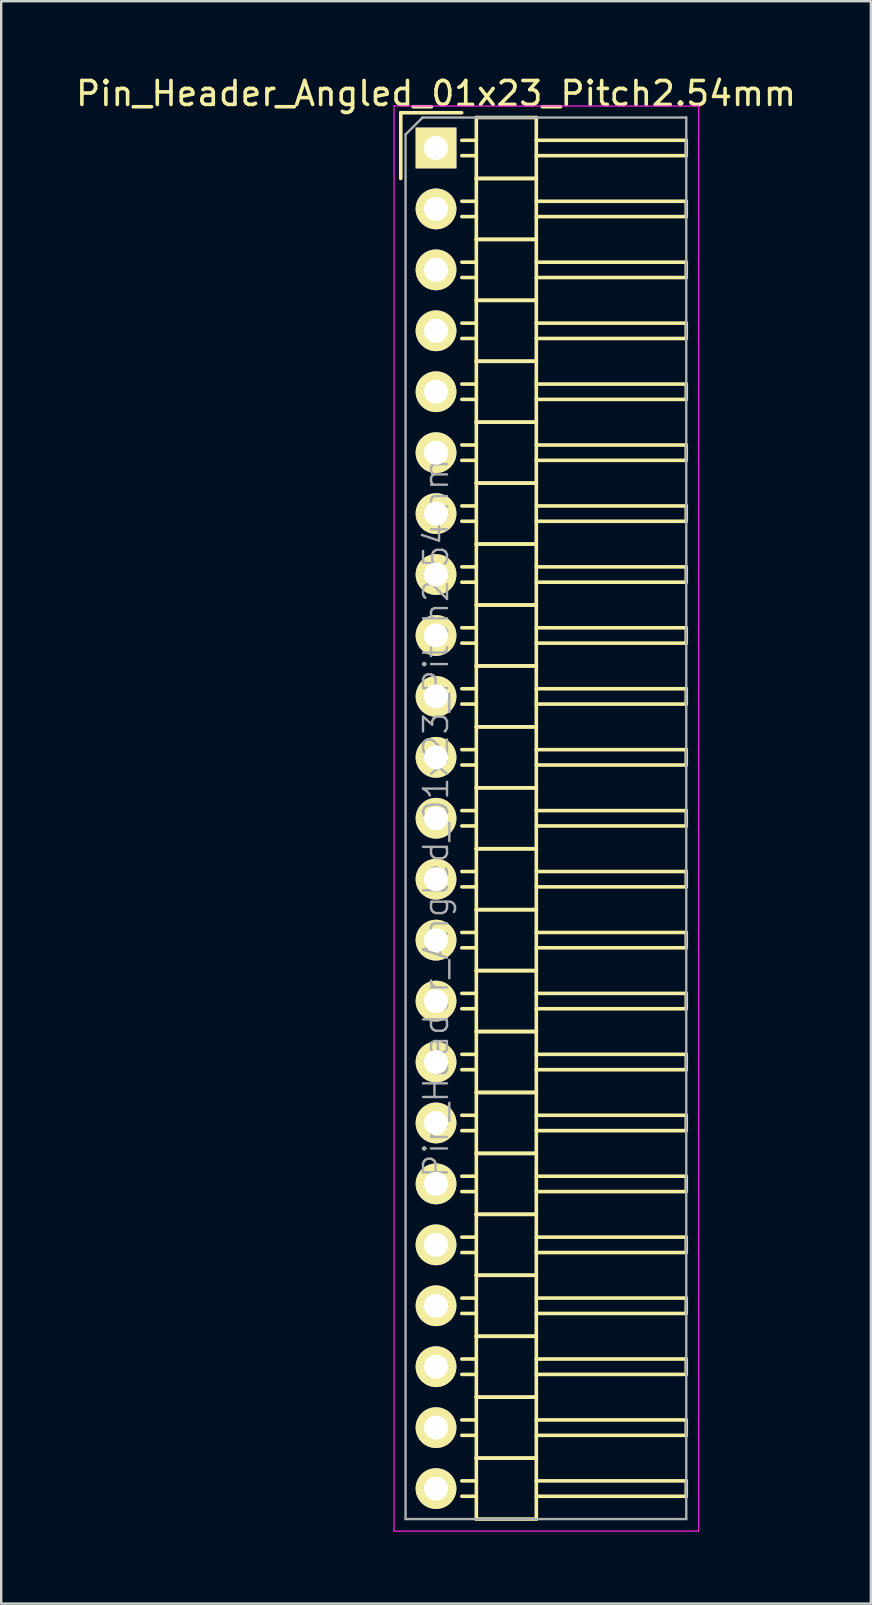
<source format=kicad_pcb>
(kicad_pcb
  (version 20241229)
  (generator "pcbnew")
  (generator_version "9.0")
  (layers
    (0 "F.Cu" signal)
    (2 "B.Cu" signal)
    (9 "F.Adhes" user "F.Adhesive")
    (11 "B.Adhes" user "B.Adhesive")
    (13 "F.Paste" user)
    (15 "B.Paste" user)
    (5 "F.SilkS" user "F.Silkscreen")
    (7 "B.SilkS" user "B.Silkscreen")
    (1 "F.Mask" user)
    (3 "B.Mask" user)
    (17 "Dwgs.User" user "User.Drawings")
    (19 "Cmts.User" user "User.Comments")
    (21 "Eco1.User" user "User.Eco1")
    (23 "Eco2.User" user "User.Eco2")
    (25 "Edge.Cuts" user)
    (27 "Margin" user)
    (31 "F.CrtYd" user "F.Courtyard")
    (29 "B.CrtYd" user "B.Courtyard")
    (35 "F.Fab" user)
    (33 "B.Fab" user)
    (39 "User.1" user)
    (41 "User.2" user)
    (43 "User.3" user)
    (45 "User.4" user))
  (footprint "Pin_Header_Angled_01x23_Pitch2.54mm"
    (layer "F.Cu")
    (at 15.125 3.118)
    (property "Reference" "Pin_Header_Angled_01x23_Pitch2.54mm" (at 0 -2.27 0) (layer "F.SilkS") (effects (font (size 1 1) (thickness 0.15))))
    (attr smd)
    (fp_line (start -1.47 -1.47) (end -1.47 1.27) (stroke (width 0.15) (type solid)) (layer "F.SilkS"))
    (fp_line (start -1.47 -1.47) (end 1.07 -1.47) (stroke (width 0.15) (type solid)) (layer "F.SilkS"))
    (fp_line (start 1.68 -0.32) (end 1.075 -0.32) (stroke (width 0.15) (type solid)) (layer "F.SilkS"))
    (fp_line (start 1.68 0.32) (end 1.075 0.32) (stroke (width 0.15) (type solid)) (layer "F.SilkS"))
    (fp_line (start 1.68 1.27) (end 1.68 -1.27) (stroke (width 0.15) (type solid)) (layer "F.SilkS"))
    (fp_line (start 1.68 2.22) (end 1.075 2.22) (stroke (width 0.15) (type solid)) (layer "F.SilkS"))
    (fp_line (start 1.68 2.86) (end 1.075 2.86) (stroke (width 0.15) (type solid)) (layer "F.SilkS"))
    (fp_line (start 1.68 3.81) (end 1.68 1.27) (stroke (width 0.15) (type solid)) (layer "F.SilkS"))
    (fp_line (start 1.68 4.76) (end 1.075 4.76) (stroke (width 0.15) (type solid)) (layer "F.SilkS"))
    (fp_line (start 1.68 5.4) (end 1.075 5.4) (stroke (width 0.15) (type solid)) (layer "F.SilkS"))
    (fp_line (start 1.68 6.35) (end 1.68 3.81) (stroke (width 0.15) (type solid)) (layer "F.SilkS"))
    (fp_line (start 1.68 7.3) (end 1.075 7.3) (stroke (width 0.15) (type solid)) (layer "F.SilkS"))
    (fp_line (start 1.68 7.94) (end 1.075 7.94) (stroke (width 0.15) (type solid)) (layer "F.SilkS"))
    (fp_line (start 1.68 8.89) (end 1.68 6.35) (stroke (width 0.15) (type solid)) (layer "F.SilkS"))
    (fp_line (start 1.68 9.84) (end 1.075 9.84) (stroke (width 0.15) (type solid)) (layer "F.SilkS"))
    (fp_line (start 1.68 10.48) (end 1.075 10.48) (stroke (width 0.15) (type solid)) (layer "F.SilkS"))
    (fp_line (start 1.68 11.43) (end 1.68 8.89) (stroke (width 0.15) (type solid)) (layer "F.SilkS"))
    (fp_line (start 1.68 12.38) (end 1.075 12.38) (stroke (width 0.15) (type solid)) (layer "F.SilkS"))
    (fp_line (start 1.68 13.02) (end 1.075 13.02) (stroke (width 0.15) (type solid)) (layer "F.SilkS"))
    (fp_line (start 1.68 13.97) (end 1.68 11.43) (stroke (width 0.15) (type solid)) (layer "F.SilkS"))
    (fp_line (start 1.68 14.92) (end 1.075 14.92) (stroke (width 0.15) (type solid)) (layer "F.SilkS"))
    (fp_line (start 1.68 15.56) (end 1.075 15.56) (stroke (width 0.15) (type solid)) (layer "F.SilkS"))
    (fp_line (start 1.68 16.51) (end 1.68 13.97) (stroke (width 0.15) (type solid)) (layer "F.SilkS"))
    (fp_line (start 1.68 17.46) (end 1.075 17.46) (stroke (width 0.15) (type solid)) (layer "F.SilkS"))
    (fp_line (start 1.68 18.1) (end 1.075 18.1) (stroke (width 0.15) (type solid)) (layer "F.SilkS"))
    (fp_line (start 1.68 19.05) (end 1.68 16.51) (stroke (width 0.15) (type solid)) (layer "F.SilkS"))
    (fp_line (start 1.68 20) (end 1.075 20) (stroke (width 0.15) (type solid)) (layer "F.SilkS"))
    (fp_line (start 1.68 20.64) (end 1.075 20.64) (stroke (width 0.15) (type solid)) (layer "F.SilkS"))
    (fp_line (start 1.68 21.59) (end 1.68 19.05) (stroke (width 0.15) (type solid)) (layer "F.SilkS"))
    (fp_line (start 1.68 22.54) (end 1.075 22.54) (stroke (width 0.15) (type solid)) (layer "F.SilkS"))
    (fp_line (start 1.68 23.18) (end 1.075 23.18) (stroke (width 0.15) (type solid)) (layer "F.SilkS"))
    (fp_line (start 1.68 24.13) (end 1.68 21.59) (stroke (width 0.15) (type solid)) (layer "F.SilkS"))
    (fp_line (start 1.68 25.08) (end 1.075 25.08) (stroke (width 0.15) (type solid)) (layer "F.SilkS"))
    (fp_line (start 1.68 25.72) (end 1.075 25.72) (stroke (width 0.15) (type solid)) (layer "F.SilkS"))
    (fp_line (start 1.68 26.67) (end 1.68 24.13) (stroke (width 0.15) (type solid)) (layer "F.SilkS"))
    (fp_line (start 1.68 27.62) (end 1.075 27.62) (stroke (width 0.15) (type solid)) (layer "F.SilkS"))
    (fp_line (start 1.68 28.26) (end 1.075 28.26) (stroke (width 0.15) (type solid)) (layer "F.SilkS"))
    (fp_line (start 1.68 29.21) (end 1.68 26.67) (stroke (width 0.15) (type solid)) (layer "F.SilkS"))
    (fp_line (start 1.68 30.16) (end 1.075 30.16) (stroke (width 0.15) (type solid)) (layer "F.SilkS"))
    (fp_line (start 1.68 30.8) (end 1.075 30.8) (stroke (width 0.15) (type solid)) (layer "F.SilkS"))
    (fp_line (start 1.68 31.75) (end 1.68 29.21) (stroke (width 0.15) (type solid)) (layer "F.SilkS"))
    (fp_line (start 1.68 32.7) (end 1.075 32.7) (stroke (width 0.15) (type solid)) (layer "F.SilkS"))
    (fp_line (start 1.68 33.34) (end 1.075 33.34) (stroke (width 0.15) (type solid)) (layer "F.SilkS"))
    (fp_line (start 1.68 34.29) (end 1.68 31.75) (stroke (width 0.15) (type solid)) (layer "F.SilkS"))
    (fp_line (start 1.68 35.24) (end 1.075 35.24) (stroke (width 0.15) (type solid)) (layer "F.SilkS"))
    (fp_line (start 1.68 35.88) (end 1.075 35.88) (stroke (width 0.15) (type solid)) (layer "F.SilkS"))
    (fp_line (start 1.68 36.83) (end 1.68 34.29) (stroke (width 0.15) (type solid)) (layer "F.SilkS"))
    (fp_line (start 1.68 37.78) (end 1.075 37.78) (stroke (width 0.15) (type solid)) (layer "F.SilkS"))
    (fp_line (start 1.68 38.42) (end 1.075 38.42) (stroke (width 0.15) (type solid)) (layer "F.SilkS"))
    (fp_line (start 1.68 39.37) (end 1.68 36.83) (stroke (width 0.15) (type solid)) (layer "F.SilkS"))
    (fp_line (start 1.68 40.32) (end 1.075 40.32) (stroke (width 0.15) (type solid)) (layer "F.SilkS"))
    (fp_line (start 1.68 40.96) (end 1.075 40.96) (stroke (width 0.15) (type solid)) (layer "F.SilkS"))
    (fp_line (start 1.68 41.91) (end 1.68 39.37) (stroke (width 0.15) (type solid)) (layer "F.SilkS"))
    (fp_line (start 1.68 42.86) (end 1.075 42.86) (stroke (width 0.15) (type solid)) (layer "F.SilkS"))
    (fp_line (start 1.68 43.5) (end 1.075 43.5) (stroke (width 0.15) (type solid)) (layer "F.SilkS"))
    (fp_line (start 1.68 44.45) (end 1.68 41.91) (stroke (width 0.15) (type solid)) (layer "F.SilkS"))
    (fp_line (start 1.68 45.4) (end 1.075 45.4) (stroke (width 0.15) (type solid)) (layer "F.SilkS"))
    (fp_line (start 1.68 46.04) (end 1.075 46.04) (stroke (width 0.15) (type solid)) (layer "F.SilkS"))
    (fp_line (start 1.68 46.99) (end 1.68 44.45) (stroke (width 0.15) (type solid)) (layer "F.SilkS"))
    (fp_line (start 1.68 47.94) (end 1.075 47.94) (stroke (width 0.15) (type solid)) (layer "F.SilkS"))
    (fp_line (start 1.68 48.58) (end 1.075 48.58) (stroke (width 0.15) (type solid)) (layer "F.SilkS"))
    (fp_line (start 1.68 49.53) (end 1.68 46.99) (stroke (width 0.15) (type solid)) (layer "F.SilkS"))
    (fp_line (start 1.68 50.48) (end 1.075 50.48) (stroke (width 0.15) (type solid)) (layer "F.SilkS"))
    (fp_line (start 1.68 51.12) (end 1.075 51.12) (stroke (width 0.15) (type solid)) (layer "F.SilkS"))
    (fp_line (start 1.68 52.07) (end 1.68 49.53) (stroke (width 0.15) (type solid)) (layer "F.SilkS"))
    (fp_line (start 1.68 53.02) (end 1.075 53.02) (stroke (width 0.15) (type solid)) (layer "F.SilkS"))
    (fp_line (start 1.68 53.66) (end 1.075 53.66) (stroke (width 0.15) (type solid)) (layer "F.SilkS"))
    (fp_line (start 1.68 54.61) (end 1.68 52.07) (stroke (width 0.15) (type solid)) (layer "F.SilkS"))
    (fp_line (start 1.68 55.56) (end 1.075 55.56) (stroke (width 0.15) (type solid)) (layer "F.SilkS"))
    (fp_line (start 1.68 56.2) (end 1.075 56.2) (stroke (width 0.15) (type solid)) (layer "F.SilkS"))
    (fp_line (start 1.68 57.15) (end 1.68 54.61) (stroke (width 0.15) (type solid)) (layer "F.SilkS"))
    (fp_line (start 4.18 -1.27) (end 1.68 -1.27) (stroke (width 0.15) (type solid)) (layer "F.SilkS"))
    (fp_line (start 4.18 -0.32) (end 10.43 -0.32) (stroke (width 0.15) (type solid)) (layer "F.SilkS"))
    (fp_line (start 4.18 0.32) (end 10.43 0.32) (stroke (width 0.15) (type solid)) (layer "F.SilkS"))
    (fp_line (start 4.18 1.27) (end 1.68 1.27) (stroke (width 0.15) (type solid)) (layer "F.SilkS"))
    (fp_line (start 4.18 1.27) (end 1.68 1.27) (stroke (width 0.15) (type solid)) (layer "F.SilkS"))
    (fp_line (start 4.18 1.27) (end 4.18 -1.27) (stroke (width 0.15) (type solid)) (layer "F.SilkS"))
    (fp_line (start 4.18 2.22) (end 10.43 2.22) (stroke (width 0.15) (type solid)) (layer "F.SilkS"))
    (fp_line (start 4.18 2.86) (end 10.43 2.86) (stroke (width 0.15) (type solid)) (layer "F.SilkS"))
    (fp_line (start 4.18 3.81) (end 1.68 3.81) (stroke (width 0.15) (type solid)) (layer "F.SilkS"))
    (fp_line (start 4.18 3.81) (end 1.68 3.81) (stroke (width 0.15) (type solid)) (layer "F.SilkS"))
    (fp_line (start 4.18 3.81) (end 4.18 1.27) (stroke (width 0.15) (type solid)) (layer "F.SilkS"))
    (fp_line (start 4.18 4.76) (end 10.43 4.76) (stroke (width 0.15) (type solid)) (layer "F.SilkS"))
    (fp_line (start 4.18 5.4) (end 10.43 5.4) (stroke (width 0.15) (type solid)) (layer "F.SilkS"))
    (fp_line (start 4.18 6.35) (end 1.68 6.35) (stroke (width 0.15) (type solid)) (layer "F.SilkS"))
    (fp_line (start 4.18 6.35) (end 1.68 6.35) (stroke (width 0.15) (type solid)) (layer "F.SilkS"))
    (fp_line (start 4.18 6.35) (end 4.18 3.81) (stroke (width 0.15) (type solid)) (layer "F.SilkS"))
    (fp_line (start 4.18 7.3) (end 10.43 7.3) (stroke (width 0.15) (type solid)) (layer "F.SilkS"))
    (fp_line (start 4.18 7.94) (end 10.43 7.94) (stroke (width 0.15) (type solid)) (layer "F.SilkS"))
    (fp_line (start 4.18 8.89) (end 1.68 8.89) (stroke (width 0.15) (type solid)) (layer "F.SilkS"))
    (fp_line (start 4.18 8.89) (end 1.68 8.89) (stroke (width 0.15) (type solid)) (layer "F.SilkS"))
    (fp_line (start 4.18 8.89) (end 4.18 6.35) (stroke (width 0.15) (type solid)) (layer "F.SilkS"))
    (fp_line (start 4.18 9.84) (end 10.43 9.84) (stroke (width 0.15) (type solid)) (layer "F.SilkS"))
    (fp_line (start 4.18 10.48) (end 10.43 10.48) (stroke (width 0.15) (type solid)) (layer "F.SilkS"))
    (fp_line (start 4.18 11.43) (end 1.68 11.43) (stroke (width 0.15) (type solid)) (layer "F.SilkS"))
    (fp_line (start 4.18 11.43) (end 1.68 11.43) (stroke (width 0.15) (type solid)) (layer "F.SilkS"))
    (fp_line (start 4.18 11.43) (end 4.18 8.89) (stroke (width 0.15) (type solid)) (layer "F.SilkS"))
    (fp_line (start 4.18 12.38) (end 10.43 12.38) (stroke (width 0.15) (type solid)) (layer "F.SilkS"))
    (fp_line (start 4.18 13.02) (end 10.43 13.02) (stroke (width 0.15) (type solid)) (layer "F.SilkS"))
    (fp_line (start 4.18 13.97) (end 1.68 13.97) (stroke (width 0.15) (type solid)) (layer "F.SilkS"))
    (fp_line (start 4.18 13.97) (end 1.68 13.97) (stroke (width 0.15) (type solid)) (layer "F.SilkS"))
    (fp_line (start 4.18 13.97) (end 4.18 11.43) (stroke (width 0.15) (type solid)) (layer "F.SilkS"))
    (fp_line (start 4.18 14.92) (end 10.43 14.92) (stroke (width 0.15) (type solid)) (layer "F.SilkS"))
    (fp_line (start 4.18 15.56) (end 10.43 15.56) (stroke (width 0.15) (type solid)) (layer "F.SilkS"))
    (fp_line (start 4.18 16.51) (end 1.68 16.51) (stroke (width 0.15) (type solid)) (layer "F.SilkS"))
    (fp_line (start 4.18 16.51) (end 1.68 16.51) (stroke (width 0.15) (type solid)) (layer "F.SilkS"))
    (fp_line (start 4.18 16.51) (end 4.18 13.97) (stroke (width 0.15) (type solid)) (layer "F.SilkS"))
    (fp_line (start 4.18 17.46) (end 10.43 17.46) (stroke (width 0.15) (type solid)) (layer "F.SilkS"))
    (fp_line (start 4.18 18.1) (end 10.43 18.1) (stroke (width 0.15) (type solid)) (layer "F.SilkS"))
    (fp_line (start 4.18 19.05) (end 1.68 19.05) (stroke (width 0.15) (type solid)) (layer "F.SilkS"))
    (fp_line (start 4.18 19.05) (end 1.68 19.05) (stroke (width 0.15) (type solid)) (layer "F.SilkS"))
    (fp_line (start 4.18 19.05) (end 4.18 16.51) (stroke (width 0.15) (type solid)) (layer "F.SilkS"))
    (fp_line (start 4.18 20) (end 10.43 20) (stroke (width 0.15) (type solid)) (layer "F.SilkS"))
    (fp_line (start 4.18 20.64) (end 10.43 20.64) (stroke (width 0.15) (type solid)) (layer "F.SilkS"))
    (fp_line (start 4.18 21.59) (end 1.68 21.59) (stroke (width 0.15) (type solid)) (layer "F.SilkS"))
    (fp_line (start 4.18 21.59) (end 1.68 21.59) (stroke (width 0.15) (type solid)) (layer "F.SilkS"))
    (fp_line (start 4.18 21.59) (end 4.18 19.05) (stroke (width 0.15) (type solid)) (layer "F.SilkS"))
    (fp_line (start 4.18 22.54) (end 10.43 22.54) (stroke (width 0.15) (type solid)) (layer "F.SilkS"))
    (fp_line (start 4.18 23.18) (end 10.43 23.18) (stroke (width 0.15) (type solid)) (layer "F.SilkS"))
    (fp_line (start 4.18 24.13) (end 1.68 24.13) (stroke (width 0.15) (type solid)) (layer "F.SilkS"))
    (fp_line (start 4.18 24.13) (end 1.68 24.13) (stroke (width 0.15) (type solid)) (layer "F.SilkS"))
    (fp_line (start 4.18 24.13) (end 4.18 21.59) (stroke (width 0.15) (type solid)) (layer "F.SilkS"))
    (fp_line (start 4.18 25.08) (end 10.43 25.08) (stroke (width 0.15) (type solid)) (layer "F.SilkS"))
    (fp_line (start 4.18 25.72) (end 10.43 25.72) (stroke (width 0.15) (type solid)) (layer "F.SilkS"))
    (fp_line (start 4.18 26.67) (end 1.68 26.67) (stroke (width 0.15) (type solid)) (layer "F.SilkS"))
    (fp_line (start 4.18 26.67) (end 1.68 26.67) (stroke (width 0.15) (type solid)) (layer "F.SilkS"))
    (fp_line (start 4.18 26.67) (end 4.18 24.13) (stroke (width 0.15) (type solid)) (layer "F.SilkS"))
    (fp_line (start 4.18 27.62) (end 10.43 27.62) (stroke (width 0.15) (type solid)) (layer "F.SilkS"))
    (fp_line (start 4.18 28.26) (end 10.43 28.26) (stroke (width 0.15) (type solid)) (layer "F.SilkS"))
    (fp_line (start 4.18 29.21) (end 1.68 29.21) (stroke (width 0.15) (type solid)) (layer "F.SilkS"))
    (fp_line (start 4.18 29.21) (end 1.68 29.21) (stroke (width 0.15) (type solid)) (layer "F.SilkS"))
    (fp_line (start 4.18 29.21) (end 4.18 26.67) (stroke (width 0.15) (type solid)) (layer "F.SilkS"))
    (fp_line (start 4.18 30.16) (end 10.43 30.16) (stroke (width 0.15) (type solid)) (layer "F.SilkS"))
    (fp_line (start 4.18 30.8) (end 10.43 30.8) (stroke (width 0.15) (type solid)) (layer "F.SilkS"))
    (fp_line (start 4.18 31.75) (end 1.68 31.75) (stroke (width 0.15) (type solid)) (layer "F.SilkS"))
    (fp_line (start 4.18 31.75) (end 1.68 31.75) (stroke (width 0.15) (type solid)) (layer "F.SilkS"))
    (fp_line (start 4.18 31.75) (end 4.18 29.21) (stroke (width 0.15) (type solid)) (layer "F.SilkS"))
    (fp_line (start 4.18 32.7) (end 10.43 32.7) (stroke (width 0.15) (type solid)) (layer "F.SilkS"))
    (fp_line (start 4.18 33.34) (end 10.43 33.34) (stroke (width 0.15) (type solid)) (layer "F.SilkS"))
    (fp_line (start 4.18 34.29) (end 1.68 34.29) (stroke (width 0.15) (type solid)) (layer "F.SilkS"))
    (fp_line (start 4.18 34.29) (end 1.68 34.29) (stroke (width 0.15) (type solid)) (layer "F.SilkS"))
    (fp_line (start 4.18 34.29) (end 4.18 31.75) (stroke (width 0.15) (type solid)) (layer "F.SilkS"))
    (fp_line (start 4.18 35.24) (end 10.43 35.24) (stroke (width 0.15) (type solid)) (layer "F.SilkS"))
    (fp_line (start 4.18 35.88) (end 10.43 35.88) (stroke (width 0.15) (type solid)) (layer "F.SilkS"))
    (fp_line (start 4.18 36.83) (end 1.68 36.83) (stroke (width 0.15) (type solid)) (layer "F.SilkS"))
    (fp_line (start 4.18 36.83) (end 1.68 36.83) (stroke (width 0.15) (type solid)) (layer "F.SilkS"))
    (fp_line (start 4.18 36.83) (end 4.18 34.29) (stroke (width 0.15) (type solid)) (layer "F.SilkS"))
    (fp_line (start 4.18 37.78) (end 10.43 37.78) (stroke (width 0.15) (type solid)) (layer "F.SilkS"))
    (fp_line (start 4.18 38.42) (end 10.43 38.42) (stroke (width 0.15) (type solid)) (layer "F.SilkS"))
    (fp_line (start 4.18 39.37) (end 1.68 39.37) (stroke (width 0.15) (type solid)) (layer "F.SilkS"))
    (fp_line (start 4.18 39.37) (end 1.68 39.37) (stroke (width 0.15) (type solid)) (layer "F.SilkS"))
    (fp_line (start 4.18 39.37) (end 4.18 36.83) (stroke (width 0.15) (type solid)) (layer "F.SilkS"))
    (fp_line (start 4.18 40.32) (end 10.43 40.32) (stroke (width 0.15) (type solid)) (layer "F.SilkS"))
    (fp_line (start 4.18 40.96) (end 10.43 40.96) (stroke (width 0.15) (type solid)) (layer "F.SilkS"))
    (fp_line (start 4.18 41.91) (end 1.68 41.91) (stroke (width 0.15) (type solid)) (layer "F.SilkS"))
    (fp_line (start 4.18 41.91) (end 1.68 41.91) (stroke (width 0.15) (type solid)) (layer "F.SilkS"))
    (fp_line (start 4.18 41.91) (end 4.18 39.37) (stroke (width 0.15) (type solid)) (layer "F.SilkS"))
    (fp_line (start 4.18 42.86) (end 10.43 42.86) (stroke (width 0.15) (type solid)) (layer "F.SilkS"))
    (fp_line (start 4.18 43.5) (end 10.43 43.5) (stroke (width 0.15) (type solid)) (layer "F.SilkS"))
    (fp_line (start 4.18 44.45) (end 1.68 44.45) (stroke (width 0.15) (type solid)) (layer "F.SilkS"))
    (fp_line (start 4.18 44.45) (end 1.68 44.45) (stroke (width 0.15) (type solid)) (layer "F.SilkS"))
    (fp_line (start 4.18 44.45) (end 4.18 41.91) (stroke (width 0.15) (type solid)) (layer "F.SilkS"))
    (fp_line (start 4.18 45.4) (end 10.43 45.4) (stroke (width 0.15) (type solid)) (layer "F.SilkS"))
    (fp_line (start 4.18 46.04) (end 10.43 46.04) (stroke (width 0.15) (type solid)) (layer "F.SilkS"))
    (fp_line (start 4.18 46.99) (end 1.68 46.99) (stroke (width 0.15) (type solid)) (layer "F.SilkS"))
    (fp_line (start 4.18 46.99) (end 1.68 46.99) (stroke (width 0.15) (type solid)) (layer "F.SilkS"))
    (fp_line (start 4.18 46.99) (end 4.18 44.45) (stroke (width 0.15) (type solid)) (layer "F.SilkS"))
    (fp_line (start 4.18 47.94) (end 10.43 47.94) (stroke (width 0.15) (type solid)) (layer "F.SilkS"))
    (fp_line (start 4.18 48.58) (end 10.43 48.58) (stroke (width 0.15) (type solid)) (layer "F.SilkS"))
    (fp_line (start 4.18 49.53) (end 1.68 49.53) (stroke (width 0.15) (type solid)) (layer "F.SilkS"))
    (fp_line (start 4.18 49.53) (end 1.68 49.53) (stroke (width 0.15) (type solid)) (layer "F.SilkS"))
    (fp_line (start 4.18 49.53) (end 4.18 46.99) (stroke (width 0.15) (type solid)) (layer "F.SilkS"))
    (fp_line (start 4.18 50.48) (end 10.43 50.48) (stroke (width 0.15) (type solid)) (layer "F.SilkS"))
    (fp_line (start 4.18 51.12) (end 10.43 51.12) (stroke (width 0.15) (type solid)) (layer "F.SilkS"))
    (fp_line (start 4.18 52.07) (end 1.68 52.07) (stroke (width 0.15) (type solid)) (layer "F.SilkS"))
    (fp_line (start 4.18 52.07) (end 1.68 52.07) (stroke (width 0.15) (type solid)) (layer "F.SilkS"))
    (fp_line (start 4.18 52.07) (end 4.18 49.53) (stroke (width 0.15) (type solid)) (layer "F.SilkS"))
    (fp_line (start 4.18 53.02) (end 10.43 53.02) (stroke (width 0.15) (type solid)) (layer "F.SilkS"))
    (fp_line (start 4.18 53.66) (end 10.43 53.66) (stroke (width 0.15) (type solid)) (layer "F.SilkS"))
    (fp_line (start 4.18 54.61) (end 1.68 54.61) (stroke (width 0.15) (type solid)) (layer "F.SilkS"))
    (fp_line (start 4.18 54.61) (end 1.68 54.61) (stroke (width 0.15) (type solid)) (layer "F.SilkS"))
    (fp_line (start 4.18 54.61) (end 4.18 52.07) (stroke (width 0.15) (type solid)) (layer "F.SilkS"))
    (fp_line (start 4.18 55.56) (end 10.43 55.56) (stroke (width 0.15) (type solid)) (layer "F.SilkS"))
    (fp_line (start 4.18 56.2) (end 10.43 56.2) (stroke (width 0.15) (type solid)) (layer "F.SilkS"))
    (fp_line (start 4.18 57.15) (end 1.68 57.15) (stroke (width 0.15) (type solid)) (layer "F.SilkS"))
    (fp_line (start 4.18 57.15) (end 4.18 54.61) (stroke (width 0.15) (type solid)) (layer "F.SilkS"))
    (fp_line (start 10.43 0.32) (end 10.43 -0.32) (stroke (width 0.15) (type solid)) (layer "F.SilkS"))
    (fp_line (start 10.43 2.86) (end 10.43 2.22) (stroke (width 0.15) (type solid)) (layer "F.SilkS"))
    (fp_line (start 10.43 5.4) (end 10.43 4.76) (stroke (width 0.15) (type solid)) (layer "F.SilkS"))
    (fp_line (start 10.43 7.94) (end 10.43 7.3) (stroke (width 0.15) (type solid)) (layer "F.SilkS"))
    (fp_line (start 10.43 10.48) (end 10.43 9.84) (stroke (width 0.15) (type solid)) (layer "F.SilkS"))
    (fp_line (start 10.43 13.02) (end 10.43 12.38) (stroke (width 0.15) (type solid)) (layer "F.SilkS"))
    (fp_line (start 10.43 15.56) (end 10.43 14.92) (stroke (width 0.15) (type solid)) (layer "F.SilkS"))
    (fp_line (start 10.43 18.1) (end 10.43 17.46) (stroke (width 0.15) (type solid)) (layer "F.SilkS"))
    (fp_line (start 10.43 20.64) (end 10.43 20) (stroke (width 0.15) (type solid)) (layer "F.SilkS"))
    (fp_line (start 10.43 23.18) (end 10.43 22.54) (stroke (width 0.15) (type solid)) (layer "F.SilkS"))
    (fp_line (start 10.43 25.72) (end 10.43 25.08) (stroke (width 0.15) (type solid)) (layer "F.SilkS"))
    (fp_line (start 10.43 28.26) (end 10.43 27.62) (stroke (width 0.15) (type solid)) (layer "F.SilkS"))
    (fp_line (start 10.43 30.8) (end 10.43 30.16) (stroke (width 0.15) (type solid)) (layer "F.SilkS"))
    (fp_line (start 10.43 33.34) (end 10.43 32.7) (stroke (width 0.15) (type solid)) (layer "F.SilkS"))
    (fp_line (start 10.43 35.88) (end 10.43 35.24) (stroke (width 0.15) (type solid)) (layer "F.SilkS"))
    (fp_line (start 10.43 38.42) (end 10.43 37.78) (stroke (width 0.15) (type solid)) (layer "F.SilkS"))
    (fp_line (start 10.43 40.96) (end 10.43 40.32) (stroke (width 0.15) (type solid)) (layer "F.SilkS"))
    (fp_line (start 10.43 43.5) (end 10.43 42.86) (stroke (width 0.15) (type solid)) (layer "F.SilkS"))
    (fp_line (start 10.43 46.04) (end 10.43 45.4) (stroke (width 0.15) (type solid)) (layer "F.SilkS"))
    (fp_line (start 10.43 48.58) (end 10.43 47.94) (stroke (width 0.15) (type solid)) (layer "F.SilkS"))
    (fp_line (start 10.43 51.12) (end 10.43 50.48) (stroke (width 0.15) (type solid)) (layer "F.SilkS"))
    (fp_line (start 10.43 53.66) (end 10.43 53.02) (stroke (width 0.15) (type solid)) (layer "F.SilkS"))
    (fp_line (start 10.43 56.2) (end 10.43 55.56) (stroke (width 0.15) (type solid)) (layer "F.SilkS"))
    (fp_line (start -1.75 -1.75) (end -1.75 57.65) (stroke (width 0.05) (type solid)) (layer "F.CrtYd"))
    (fp_line (start 10.95 -1.75) (end -1.75 -1.75) (stroke (width 0.05) (type solid)) (layer "F.CrtYd"))
    (fp_line (start 10.95 -1.75) (end 10.95 57.65) (stroke (width 0.05) (type solid)) (layer "F.CrtYd"))
    (fp_line (start 10.95 57.65) (end -1.75 57.65) (stroke (width 0.05) (type solid)) (layer "F.CrtYd"))
    (fp_line (start -1.27 -0.563) (end -0.563 -1.27) (stroke (width 0.1) (type solid)) (layer "F.Fab"))
    (fp_line (start -1.27 57.15) (end -1.27 -0.563) (stroke (width 0.1) (type solid)) (layer "F.Fab"))
    (fp_line (start 10.43 -1.27) (end -0.563 -1.27) (stroke (width 0.1) (type solid)) (layer "F.Fab"))
    (fp_line (start 10.43 57.15) (end -1.27 57.15) (stroke (width 0.1) (type solid)) (layer "F.Fab"))
    (fp_line (start 10.43 57.15) (end 10.43 -1.27) (stroke (width 0.1) (type solid)) (layer "F.Fab"))
    (fp_text user "${REFERENCE}" (at 0 27.94 90) (layer "F.Fab") (effects (font (size 1 1) (thickness 0.1))))
    (pad "1" thru_hole rect (at 0 0) (size 1.7 1.7) (drill 1) (layers "*.Cu" "*.Mask" "F.SilkS"))
    (pad "2" thru_hole oval (at 0 2.54) (size 1.7 1.7) (drill 1) (layers "*.Cu" "*.Mask" "F.SilkS"))
    (pad "3" thru_hole oval (at 0 5.08) (size 1.7 1.7) (drill 1) (layers "*.Cu" "*.Mask" "F.SilkS"))
    (pad "4" thru_hole oval (at 0 7.62) (size 1.7 1.7) (drill 1) (layers "*.Cu" "*.Mask" "F.SilkS"))
    (pad "5" thru_hole oval (at 0 10.16) (size 1.7 1.7) (drill 1) (layers "*.Cu" "*.Mask" "F.SilkS"))
    (pad "6" thru_hole oval (at 0 12.7) (size 1.7 1.7) (drill 1) (layers "*.Cu" "*.Mask" "F.SilkS"))
    (pad "7" thru_hole oval (at 0 15.24) (size 1.7 1.7) (drill 1) (layers "*.Cu" "*.Mask" "F.SilkS"))
    (pad "8" thru_hole oval (at 0 17.78) (size 1.7 1.7) (drill 1) (layers "*.Cu" "*.Mask" "F.SilkS"))
    (pad "9" thru_hole oval (at 0 20.32) (size 1.7 1.7) (drill 1) (layers "*.Cu" "*.Mask" "F.SilkS"))
    (pad "10" thru_hole oval (at 0 22.86) (size 1.7 1.7) (drill 1) (layers "*.Cu" "*.Mask" "F.SilkS"))
    (pad "11" thru_hole oval (at 0 25.4) (size 1.7 1.7) (drill 1) (layers "*.Cu" "*.Mask" "F.SilkS"))
    (pad "12" thru_hole oval (at 0 27.94) (size 1.7 1.7) (drill 1) (layers "*.Cu" "*.Mask" "F.SilkS"))
    (pad "13" thru_hole oval (at 0 30.48) (size 1.7 1.7) (drill 1) (layers "*.Cu" "*.Mask" "F.SilkS"))
    (pad "14" thru_hole oval (at 0 33.02) (size 1.7 1.7) (drill 1) (layers "*.Cu" "*.Mask" "F.SilkS"))
    (pad "15" thru_hole oval (at 0 35.56) (size 1.7 1.7) (drill 1) (layers "*.Cu" "*.Mask" "F.SilkS"))
    (pad "16" thru_hole oval (at 0 38.1) (size 1.7 1.7) (drill 1) (layers "*.Cu" "*.Mask" "F.SilkS"))
    (pad "17" thru_hole oval (at 0 40.64) (size 1.7 1.7) (drill 1) (layers "*.Cu" "*.Mask" "F.SilkS"))
    (pad "18" thru_hole oval (at 0 43.18) (size 1.7 1.7) (drill 1) (layers "*.Cu" "*.Mask" "F.SilkS"))
    (pad "19" thru_hole oval (at 0 45.72) (size 1.7 1.7) (drill 1) (layers "*.Cu" "*.Mask" "F.SilkS"))
    (pad "20" thru_hole oval (at 0 48.26) (size 1.7 1.7) (drill 1) (layers "*.Cu" "*.Mask" "F.SilkS"))
    (pad "21" thru_hole oval (at 0 50.8) (size 1.7 1.7) (drill 1) (layers "*.Cu" "*.Mask" "F.SilkS"))
    (pad "22" thru_hole oval (at 0 53.34) (size 1.7 1.7) (drill 1) (layers "*.Cu" "*.Mask" "F.SilkS"))
    (pad "23" thru_hole oval (at 0 55.88) (size 1.7 1.7) (drill 1) (layers "*.Cu" "*.Mask" "F.SilkS")))
  (gr_rect
    (start -3 -3)
    (end 33.25 63.793)
    (stroke (width 0.1) (type default))
    (fill no)
    (layer "Edge.Cuts")))
</source>
